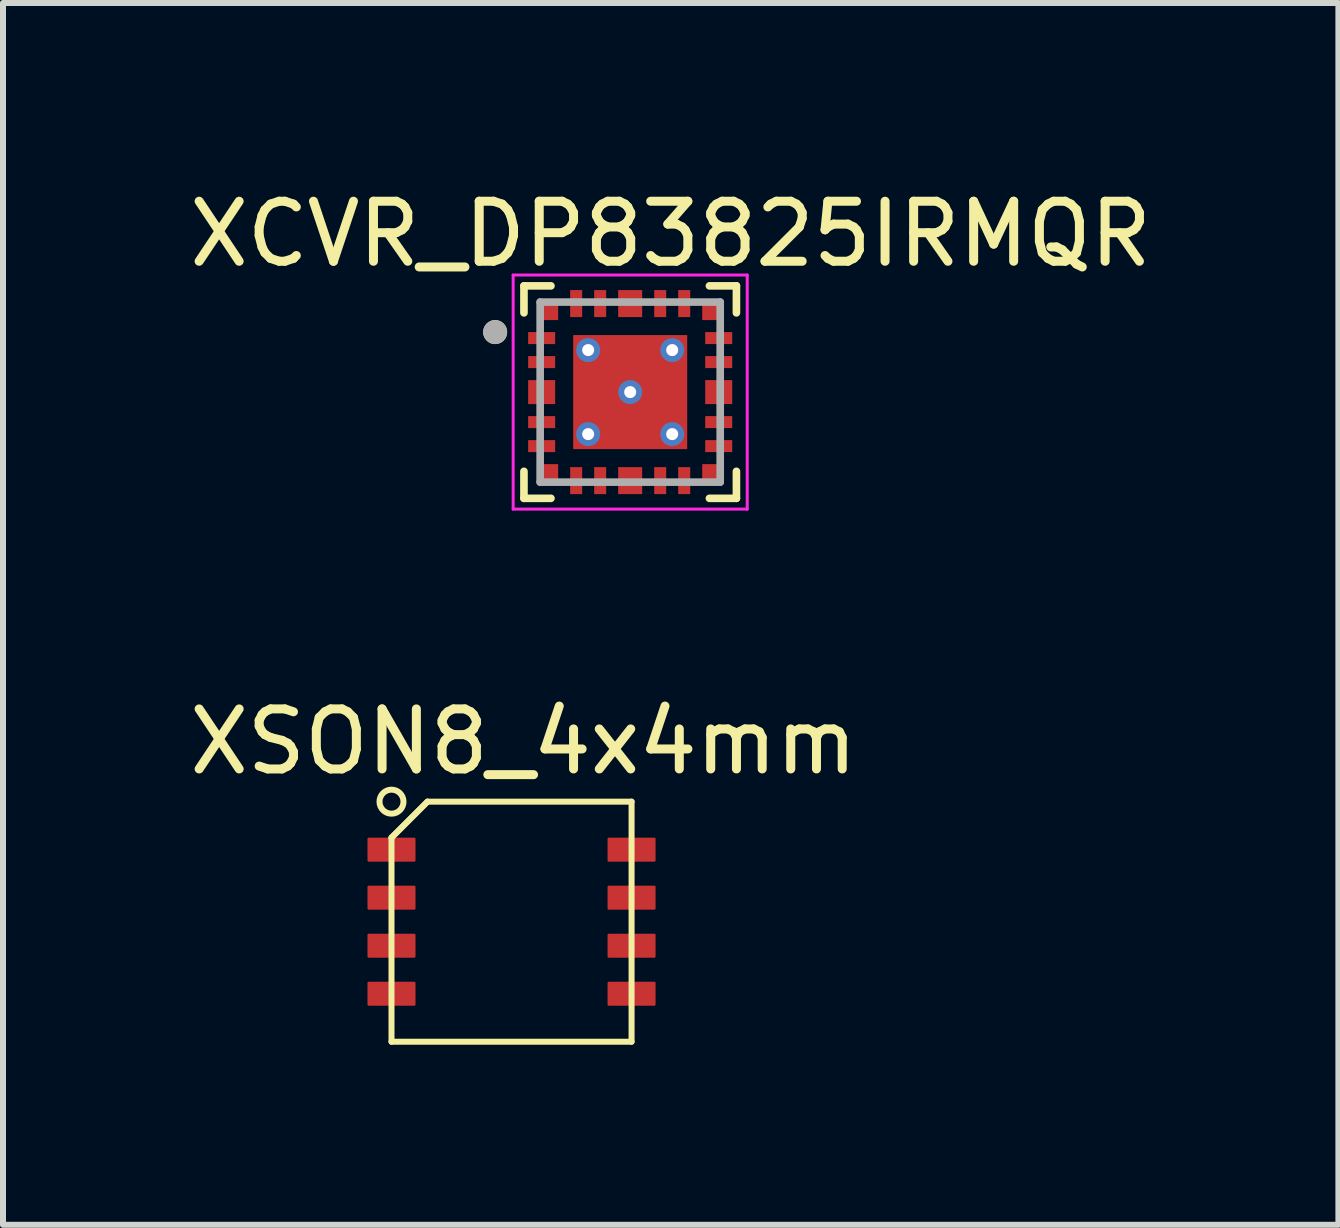
<source format=kicad_pcb>
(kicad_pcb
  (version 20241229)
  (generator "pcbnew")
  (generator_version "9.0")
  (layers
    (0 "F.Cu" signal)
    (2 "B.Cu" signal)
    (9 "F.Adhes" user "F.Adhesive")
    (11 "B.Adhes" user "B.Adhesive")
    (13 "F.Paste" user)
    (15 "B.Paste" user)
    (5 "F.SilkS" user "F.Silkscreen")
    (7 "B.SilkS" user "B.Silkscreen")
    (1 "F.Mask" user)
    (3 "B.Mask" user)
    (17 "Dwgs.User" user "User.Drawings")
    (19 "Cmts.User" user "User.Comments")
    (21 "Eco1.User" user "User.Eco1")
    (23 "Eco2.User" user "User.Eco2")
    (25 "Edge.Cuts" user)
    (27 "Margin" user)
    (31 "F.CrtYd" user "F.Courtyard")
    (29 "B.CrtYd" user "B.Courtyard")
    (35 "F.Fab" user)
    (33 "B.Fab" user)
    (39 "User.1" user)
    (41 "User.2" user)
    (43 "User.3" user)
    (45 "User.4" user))
  (footprint "XSON8_4x4mm"
    (layer "F.Cu")
    (at 5.673 12.107)
    (property "Reference" "XSON8_4x4mm" (at 0 -2.8 0) (unlocked yes) (layer "F.SilkS") (effects (font (size 1 1) (thickness 0.15))))
    (attr smd)
    (fp_line (start -2.2 -1.2) (end -2.2 2.2) (stroke (width 0.1) (type solid)) (layer "F.SilkS"))
    (fp_line (start -2.2 2.2) (end 1.8 2.2) (stroke (width 0.1) (type solid)) (layer "F.SilkS"))
    (fp_line (start -1.6 -1.8) (end -2.2 -1.2) (stroke (width 0.1) (type solid)) (layer "F.SilkS"))
    (fp_line (start -1.6 -1.8) (end -2.2 -1.2) (stroke (width 0.1) (type solid)) (layer "F.SilkS"))
    (fp_line (start 1.8 -1.8) (end -1.6 -1.8) (stroke (width 0.1) (type solid)) (layer "F.SilkS"))
    (fp_line (start 1.8 2.2) (end 1.8 -1.8) (stroke (width 0.1) (type solid)) (layer "F.SilkS"))
    (fp_circle (center -2.2 -1.8) (end -2.4 -1.8) (stroke (width 0.1) (type solid)) (fill no) (layer "F.SilkS"))
    (pad "1" smd roundrect (at -2.2 -1 180) (size 0.8 0.4) (layers "F.Cu" "F.Mask" "F.Paste") (roundrect_rratio 0.05))
    (pad "2" smd roundrect (at -2.2 -0.2 180) (size 0.8 0.4) (layers "F.Cu" "F.Mask" "F.Paste") (roundrect_rratio 0.05))
    (pad "3" smd roundrect (at -2.2 0.6 180) (size 0.8 0.4) (layers "F.Cu" "F.Mask" "F.Paste") (roundrect_rratio 0.05))
    (pad "4" smd roundrect (at -2.2 1.4 180) (size 0.8 0.4) (layers "F.Cu" "F.Mask" "F.Paste") (roundrect_rratio 0.05))
    (pad "5" smd roundrect (at 1.8 1.4 180) (size 0.8 0.4) (layers "F.Cu" "F.Mask" "F.Paste") (roundrect_rratio 0.05))
    (pad "6" smd roundrect (at 1.8 0.6 180) (size 0.8 0.4) (layers "F.Cu" "F.Mask" "F.Paste") (roundrect_rratio 0.05))
    (pad "7" smd roundrect (at 1.8 -0.2 180) (size 0.8 0.4) (layers "F.Cu" "F.Mask" "F.Paste") (roundrect_rratio 0.05))
    (pad "8" smd roundrect (at 1.8 -1 180) (size 0.8 0.4) (layers "F.Cu" "F.Mask" "F.Paste") (roundrect_rratio 0.05)))
  (footprint "XCVR_DP83825IRMQR"
    (layer "F.Cu")
    (at 7.45 3.483)
    (property "Reference" "XCVR_DP83825IRMQR" (at 0.675 -2.635 0) (layer "F.SilkS") (effects (font (size 1 1) (thickness 0.15))))
    (attr smd)
    (fp_poly (pts (xy -1.75 -1.05) (xy -1.2 -1.05) (xy -1.2 -0.75) (xy -1.75 -0.75)) (stroke (width 0.01) (type solid)) (fill yes) (layer "F.Mask"))
    (fp_poly (pts (xy -1.75 -0.65) (xy -1.2 -0.65) (xy -1.2 -0.35) (xy -1.75 -0.35)) (stroke (width 0.01) (type solid)) (fill yes) (layer "F.Mask"))
    (fp_poly (pts (xy -1.75 -0.25) (xy -1.2 -0.25) (xy -1.2 0.25) (xy -1.75 0.25)) (stroke (width 0.01) (type solid)) (fill yes) (layer "F.Mask"))
    (fp_poly (pts (xy -1.75 0.35) (xy -1.2 0.35) (xy -1.2 0.65) (xy -1.75 0.65)) (stroke (width 0.01) (type solid)) (fill yes) (layer "F.Mask"))
    (fp_poly (pts (xy -1.75 0.75) (xy -1.2 0.75) (xy -1.2 1.05) (xy -1.75 1.05)) (stroke (width 0.01) (type solid)) (fill yes) (layer "F.Mask"))
    (fp_poly (pts (xy -1.5 -1.5) (xy -1.15 -1.5) (xy -1.15 -1.15) (xy -1.5 -1.15)) (stroke (width 0.01) (type solid)) (fill yes) (layer "F.Mask"))
    (fp_poly (pts (xy -1.5 1.15) (xy -1.15 1.15) (xy -1.15 1.5) (xy -1.5 1.5)) (stroke (width 0.01) (type solid)) (fill yes) (layer "F.Mask"))
    (fp_poly (pts (xy -1.05 -1.75) (xy -0.75 -1.75) (xy -0.75 -1.2) (xy -1.05 -1.2)) (stroke (width 0.01) (type solid)) (fill yes) (layer "F.Mask"))
    (fp_poly (pts (xy -1.05 1.2) (xy -0.75 1.2) (xy -0.75 1.75) (xy -1.05 1.75)) (stroke (width 0.01) (type solid)) (fill yes) (layer "F.Mask"))
    (fp_poly (pts (xy -1 -1) (xy 1 -1) (xy 1 1) (xy -1 1)) (stroke (width 0.01) (type solid)) (fill yes) (layer "F.Mask"))
    (fp_poly (pts (xy -0.65 -1.75) (xy -0.35 -1.75) (xy -0.35 -1.2) (xy -0.65 -1.2)) (stroke (width 0.01) (type solid)) (fill yes) (layer "F.Mask"))
    (fp_poly (pts (xy -0.65 1.2) (xy -0.35 1.2) (xy -0.35 1.75) (xy -0.65 1.75)) (stroke (width 0.01) (type solid)) (fill yes) (layer "F.Mask"))
    (fp_poly (pts (xy -0.25 -1.75) (xy 0.25 -1.75) (xy 0.25 -1.2) (xy -0.25 -1.2)) (stroke (width 0.01) (type solid)) (fill yes) (layer "F.Mask"))
    (fp_poly (pts (xy -0.25 1.2) (xy 0.25 1.2) (xy 0.25 1.75) (xy -0.25 1.75)) (stroke (width 0.01) (type solid)) (fill yes) (layer "F.Mask"))
    (fp_poly (pts (xy 0.35 -1.75) (xy 0.65 -1.75) (xy 0.65 -1.2) (xy 0.35 -1.2)) (stroke (width 0.01) (type solid)) (fill yes) (layer "F.Mask"))
    (fp_poly (pts (xy 0.35 1.2) (xy 0.65 1.2) (xy 0.65 1.75) (xy 0.35 1.75)) (stroke (width 0.01) (type solid)) (fill yes) (layer "F.Mask"))
    (fp_poly (pts (xy 0.75 -1.75) (xy 1.05 -1.75) (xy 1.05 -1.2) (xy 0.75 -1.2)) (stroke (width 0.01) (type solid)) (fill yes) (layer "F.Mask"))
    (fp_poly (pts (xy 0.75 1.2) (xy 1.05 1.2) (xy 1.05 1.75) (xy 0.75 1.75)) (stroke (width 0.01) (type solid)) (fill yes) (layer "F.Mask"))
    (fp_poly (pts (xy 1.15 -1.5) (xy 1.5 -1.5) (xy 1.5 -1.15) (xy 1.15 -1.15)) (stroke (width 0.01) (type solid)) (fill yes) (layer "F.Mask"))
    (fp_poly (pts (xy 1.15 1.15) (xy 1.5 1.15) (xy 1.5 1.5) (xy 1.15 1.5)) (stroke (width 0.01) (type solid)) (fill yes) (layer "F.Mask"))
    (fp_poly (pts (xy 1.2 -1.05) (xy 1.75 -1.05) (xy 1.75 -0.75) (xy 1.2 -0.75)) (stroke (width 0.01) (type solid)) (fill yes) (layer "F.Mask"))
    (fp_poly (pts (xy 1.2 -0.65) (xy 1.75 -0.65) (xy 1.75 -0.35) (xy 1.2 -0.35)) (stroke (width 0.01) (type solid)) (fill yes) (layer "F.Mask"))
    (fp_poly (pts (xy 1.2 -0.25) (xy 1.75 -0.25) (xy 1.75 0.25) (xy 1.2 0.25)) (stroke (width 0.01) (type solid)) (fill yes) (layer "F.Mask"))
    (fp_poly (pts (xy 1.2 0.35) (xy 1.75 0.35) (xy 1.75 0.65) (xy 1.2 0.65)) (stroke (width 0.01) (type solid)) (fill yes) (layer "F.Mask"))
    (fp_poly (pts (xy 1.2 0.75) (xy 1.75 0.75) (xy 1.75 1.05) (xy 1.2 1.05)) (stroke (width 0.01) (type solid)) (fill yes) (layer "F.Mask"))
    (fp_line (start -1.77 -1.77) (end -1.77 -1.32) (stroke (width 0.127) (type solid)) (layer "F.SilkS"))
    (fp_line (start -1.77 -1.77) (end -1.32 -1.77) (stroke (width 0.127) (type solid)) (layer "F.SilkS"))
    (fp_line (start -1.77 1.77) (end -1.77 1.32) (stroke (width 0.127) (type solid)) (layer "F.SilkS"))
    (fp_line (start -1.77 1.77) (end -1.32 1.77) (stroke (width 0.127) (type solid)) (layer "F.SilkS"))
    (fp_line (start 1.77 -1.77) (end 1.32 -1.77) (stroke (width 0.127) (type solid)) (layer "F.SilkS"))
    (fp_line (start 1.77 -1.77) (end 1.77 -1.32) (stroke (width 0.127) (type solid)) (layer "F.SilkS"))
    (fp_line (start 1.77 1.77) (end 1.32 1.77) (stroke (width 0.127) (type solid)) (layer "F.SilkS"))
    (fp_line (start 1.77 1.77) (end 1.77 1.32) (stroke (width 0.127) (type solid)) (layer "F.SilkS"))
    (fp_circle (center -2.25 -1) (end -2.15 -1) (stroke (width 0.2) (type solid)) (fill no) (layer "F.SilkS"))
    (fp_poly (pts (xy -0.855 -0.855) (xy 0.855 -0.855) (xy 0.855 0.855) (xy -0.855 0.855)) (stroke (width 0.01) (type solid)) (fill yes) (layer "F.Paste"))
    (fp_line (start -1.95 -1.95) (end 1.95 -1.95) (stroke (width 0.05) (type solid)) (layer "F.CrtYd"))
    (fp_line (start -1.95 1.95) (end -1.95 -1.95) (stroke (width 0.05) (type solid)) (layer "F.CrtYd"))
    (fp_line (start -1.95 1.95) (end 1.95 1.95) (stroke (width 0.05) (type solid)) (layer "F.CrtYd"))
    (fp_line (start 1.95 1.95) (end 1.95 -1.95) (stroke (width 0.05) (type solid)) (layer "F.CrtYd"))
    (fp_line (start -1.5 1.5) (end -1.5 -1.5) (stroke (width 0.127) (type solid)) (layer "F.Fab"))
    (fp_line (start 1.5 -1.5) (end -1.5 -1.5) (stroke (width 0.127) (type solid)) (layer "F.Fab"))
    (fp_line (start 1.5 1.5) (end -1.5 1.5) (stroke (width 0.127) (type solid)) (layer "F.Fab"))
    (fp_line (start 1.5 1.5) (end 1.5 -1.5) (stroke (width 0.127) (type solid)) (layer "F.Fab"))
    (fp_circle (center -2.25 -1) (end -2.15 -1) (stroke (width 0.2) (type solid)) (fill no) (layer "F.Fab"))
    (pad "1" smd rect (at -1.475 -0.9) (size 0.45 0.2) (layers "F.Cu" "F.Paste"))
    (pad "2" smd rect (at -1.475 -0.5) (size 0.45 0.2) (layers "F.Cu" "F.Paste"))
    (pad "3" smd rect (at -1.475 0) (size 0.45 0.4) (layers "F.Cu" "F.Paste"))
    (pad "4" smd rect (at -1.475 0.5) (size 0.45 0.2) (layers "F.Cu" "F.Paste"))
    (pad "5" smd rect (at -1.475 0.9) (size 0.45 0.2) (layers "F.Cu" "F.Paste"))
    (pad "6" smd rect (at -1.325 1.325) (size 0.25 0.25) (layers "F.Cu" "F.Paste"))
    (pad "7" smd rect (at -0.9 1.475) (size 0.2 0.45) (layers "F.Cu" "F.Paste"))
    (pad "8" smd rect (at -0.5 1.475) (size 0.2 0.45) (layers "F.Cu" "F.Paste"))
    (pad "9" smd rect (at 0 1.475) (size 0.4 0.45) (layers "F.Cu" "F.Paste"))
    (pad "10" smd rect (at 0.5 1.475) (size 0.2 0.45) (layers "F.Cu" "F.Paste"))
    (pad "11" smd rect (at 0.9 1.475) (size 0.2 0.45) (layers "F.Cu" "F.Paste"))
    (pad "12" smd rect (at 1.325 1.325) (size 0.25 0.25) (layers "F.Cu" "F.Paste"))
    (pad "13" smd rect (at 1.475 0.9) (size 0.45 0.2) (layers "F.Cu" "F.Paste"))
    (pad "14" smd rect (at 1.475 0.5) (size 0.45 0.2) (layers "F.Cu" "F.Paste"))
    (pad "15" smd rect (at 1.475 0) (size 0.45 0.4) (layers "F.Cu" "F.Paste"))
    (pad "16" smd rect (at 1.475 -0.5) (size 0.45 0.2) (layers "F.Cu" "F.Paste"))
    (pad "17" smd rect (at 1.475 -0.9) (size 0.45 0.2) (layers "F.Cu" "F.Paste"))
    (pad "18" smd rect (at 1.325 -1.325) (size 0.25 0.25) (layers "F.Cu" "F.Paste"))
    (pad "19" smd rect (at 0.9 -1.475) (size 0.2 0.45) (layers "F.Cu" "F.Paste"))
    (pad "20" smd rect (at 0.5 -1.475) (size 0.2 0.45) (layers "F.Cu" "F.Paste"))
    (pad "21" smd rect (at 0 -1.475) (size 0.4 0.45) (layers "F.Cu" "F.Paste"))
    (pad "22" smd rect (at -0.5 -1.475) (size 0.2 0.45) (layers "F.Cu" "F.Paste"))
    (pad "23" smd rect (at -0.9 -1.475) (size 0.2 0.45) (layers "F.Cu" "F.Paste"))
    (pad "24" smd rect (at -1.325 -1.325) (size 0.25 0.25) (layers "F.Cu" "F.Paste"))
    (pad "25" smd rect (at 0 0) (size 1.9 1.9) (layers "F.Cu"))
    (pad "26" thru_hole circle (at -0.7 -0.7) (size 0.4 0.4) (drill 0.2) (layers "*.Cu"))
    (pad "27" thru_hole circle (at 0.7 -0.7) (size 0.4 0.4) (drill 0.2) (layers "*.Cu"))
    (pad "28" thru_hole circle (at 0 0) (size 0.4 0.4) (drill 0.2) (layers "*.Cu"))
    (pad "29" thru_hole circle (at -0.7 0.7) (size 0.4 0.4) (drill 0.2) (layers "*.Cu"))
    (pad "30" thru_hole circle (at 0.7 0.7) (size 0.4 0.4) (drill 0.2) (layers "*.Cu")))
  (gr_rect
    (start -3 -3)
    (end 19.25 17.357)
    (stroke (width 0.1) (type default))
    (fill no)
    (layer "Edge.Cuts")))
</source>
